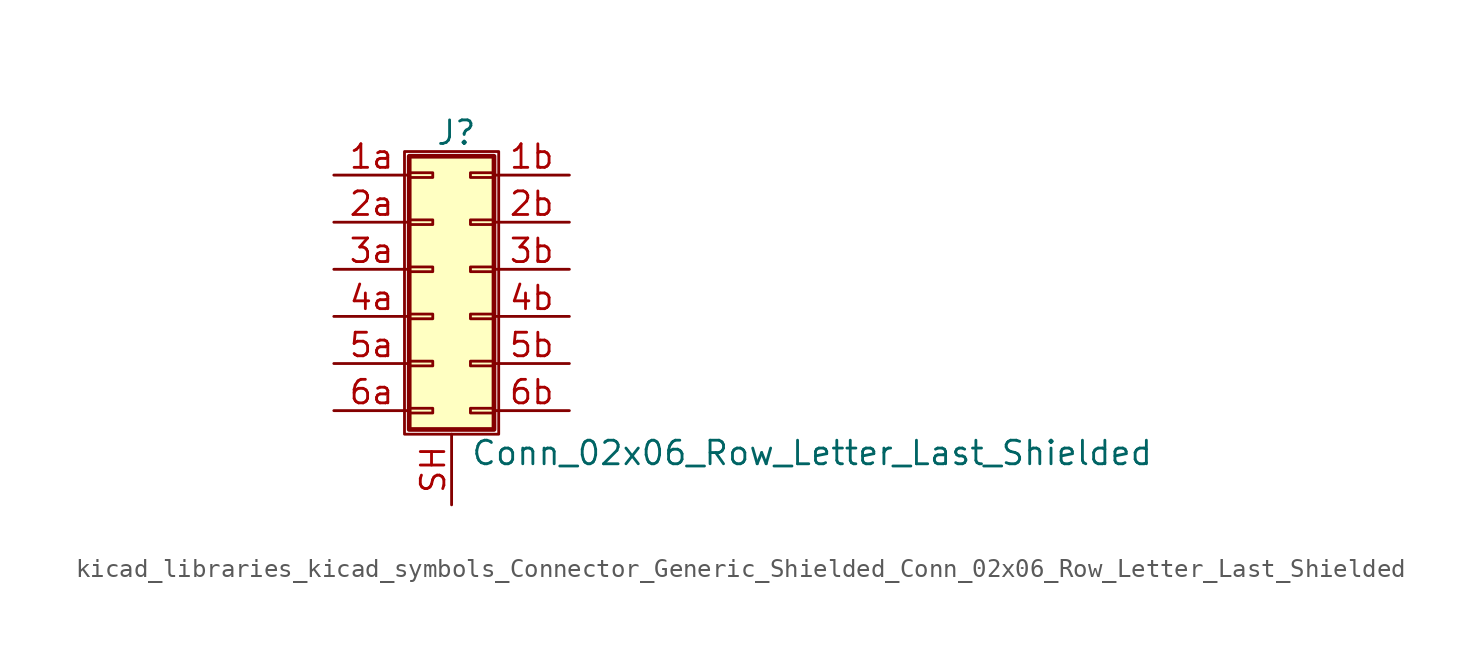
<source format=kicad_sym>
(kicad_symbol_lib
  (version 20220914)
  (generator kicad_symbol_editor)
  (symbol "kicad_libraries_kicad_symbols_Connector_Generic_Shielded_Conn_02x06_Row_Letter_Last_Shielded"
    (pin_names
      (offset 1.016) hide)
    (property "Reference" "J"
      (at 1.524 7.366 0)
      (effects (font (size 1.27 1.27))))
    (property "Value" "Conn_02x06_Row_Letter_Last_Shielded"
      (at 2.286 -9.906 0)
      (effects (font (size 1.27 1.27)) (justify left)))
    (symbol "kicad_libraries_kicad_symbols_Connector_Generic_Shielded_Conn_02x06_Row_Letter_Last_Shielded_1_1"
      (rectangle (start -1.27 6.35) (end 3.81 -8.89) (stroke (width 0.152) (type default)) (fill (type none)))
      (rectangle (start -1.016 -7.493) (end 0.254 -7.747) (stroke (width 0.152) (type default)) (fill (type none)))
      (rectangle (start -1.016 -4.953) (end 0.254 -5.207) (stroke (width 0.152) (type default)) (fill (type none)))
      (rectangle (start -1.016 -2.413) (end 0.254 -2.667) (stroke (width 0.152) (type default)) (fill (type none)))
      (rectangle (start -1.016 0.127) (end 0.254 -0.127) (stroke (width 0.152) (type default)) (fill (type none)))
      (rectangle (start -1.016 2.667) (end 0.254 2.413) (stroke (width 0.152) (type default)) (fill (type none)))
      (rectangle (start -1.016 5.207) (end 0.254 4.953) (stroke (width 0.152) (type default)) (fill (type none)))
      (rectangle (start -1.016 6.096) (end 3.556 -8.636) (stroke (width 0.254) (type default)) (fill (type background)))
      (rectangle (start 3.556 -7.493) (end 2.286 -7.747) (stroke (width 0.152) (type default)) (fill (type none)))
      (rectangle (start 3.556 -4.953) (end 2.286 -5.207) (stroke (width 0.152) (type default)) (fill (type none)))
      (rectangle (start 3.556 -2.413) (end 2.286 -2.667) (stroke (width 0.152) (type default)) (fill (type none)))
      (rectangle (start 3.556 0.127) (end 2.286 -0.127) (stroke (width 0.152) (type default)) (fill (type none)))
      (rectangle (start 3.556 2.667) (end 2.286 2.413) (stroke (width 0.152) (type default)) (fill (type none)))
      (rectangle (start 3.556 5.207) (end 2.286 4.953) (stroke (width 0.152) (type default)) (fill (type none)))
      (pin passive line (at -5.08 5.08 0) (length 4.064) (name "Pin_1a" (effects (font (size 1.27 1.27)))) (number "1a" (effects (font (size 1.27 1.27)))))
      (pin passive line (at 7.62 5.08 180) (length 4.064) (name "Pin_1b" (effects (font (size 1.27 1.27)))) (number "1b" (effects (font (size 1.27 1.27)))))
      (pin passive line (at -5.08 2.54 0) (length 4.064) (name "Pin_2a" (effects (font (size 1.27 1.27)))) (number "2a" (effects (font (size 1.27 1.27)))))
      (pin passive line (at 7.62 2.54 180) (length 4.064) (name "Pin_2b" (effects (font (size 1.27 1.27)))) (number "2b" (effects (font (size 1.27 1.27)))))
      (pin passive line (at -5.08 0 0) (length 4.064) (name "Pin_3a" (effects (font (size 1.27 1.27)))) (number "3a" (effects (font (size 1.27 1.27)))))
      (pin passive line (at 7.62 0 180) (length 4.064) (name "Pin_3b" (effects (font (size 1.27 1.27)))) (number "3b" (effects (font (size 1.27 1.27)))))
      (pin passive line (at -5.08 -2.54 0) (length 4.064) (name "Pin_4a" (effects (font (size 1.27 1.27)))) (number "4a" (effects (font (size 1.27 1.27)))))
      (pin passive line (at 7.62 -2.54 180) (length 4.064) (name "Pin_4b" (effects (font (size 1.27 1.27)))) (number "4b" (effects (font (size 1.27 1.27)))))
      (pin passive line (at -5.08 -5.08 0) (length 4.064) (name "Pin_5a" (effects (font (size 1.27 1.27)))) (number "5a" (effects (font (size 1.27 1.27)))))
      (pin passive line (at 7.62 -5.08 180) (length 4.064) (name "Pin_5b" (effects (font (size 1.27 1.27)))) (number "5b" (effects (font (size 1.27 1.27)))))
      (pin passive line (at -5.08 -7.62 0) (length 4.064) (name "Pin_6a" (effects (font (size 1.27 1.27)))) (number "6a" (effects (font (size 1.27 1.27)))))
      (pin passive line (at 7.62 -7.62 180) (length 4.064) (name "Pin_6b" (effects (font (size 1.27 1.27)))) (number "6b" (effects (font (size 1.27 1.27)))))
      (pin passive line (at 1.27 -12.7 90) (length 3.81) (name "Shield" (effects (font (size 1.27 1.27)))) (number "SH" (effects (font (size 1.27 1.27))))))))
</source>
